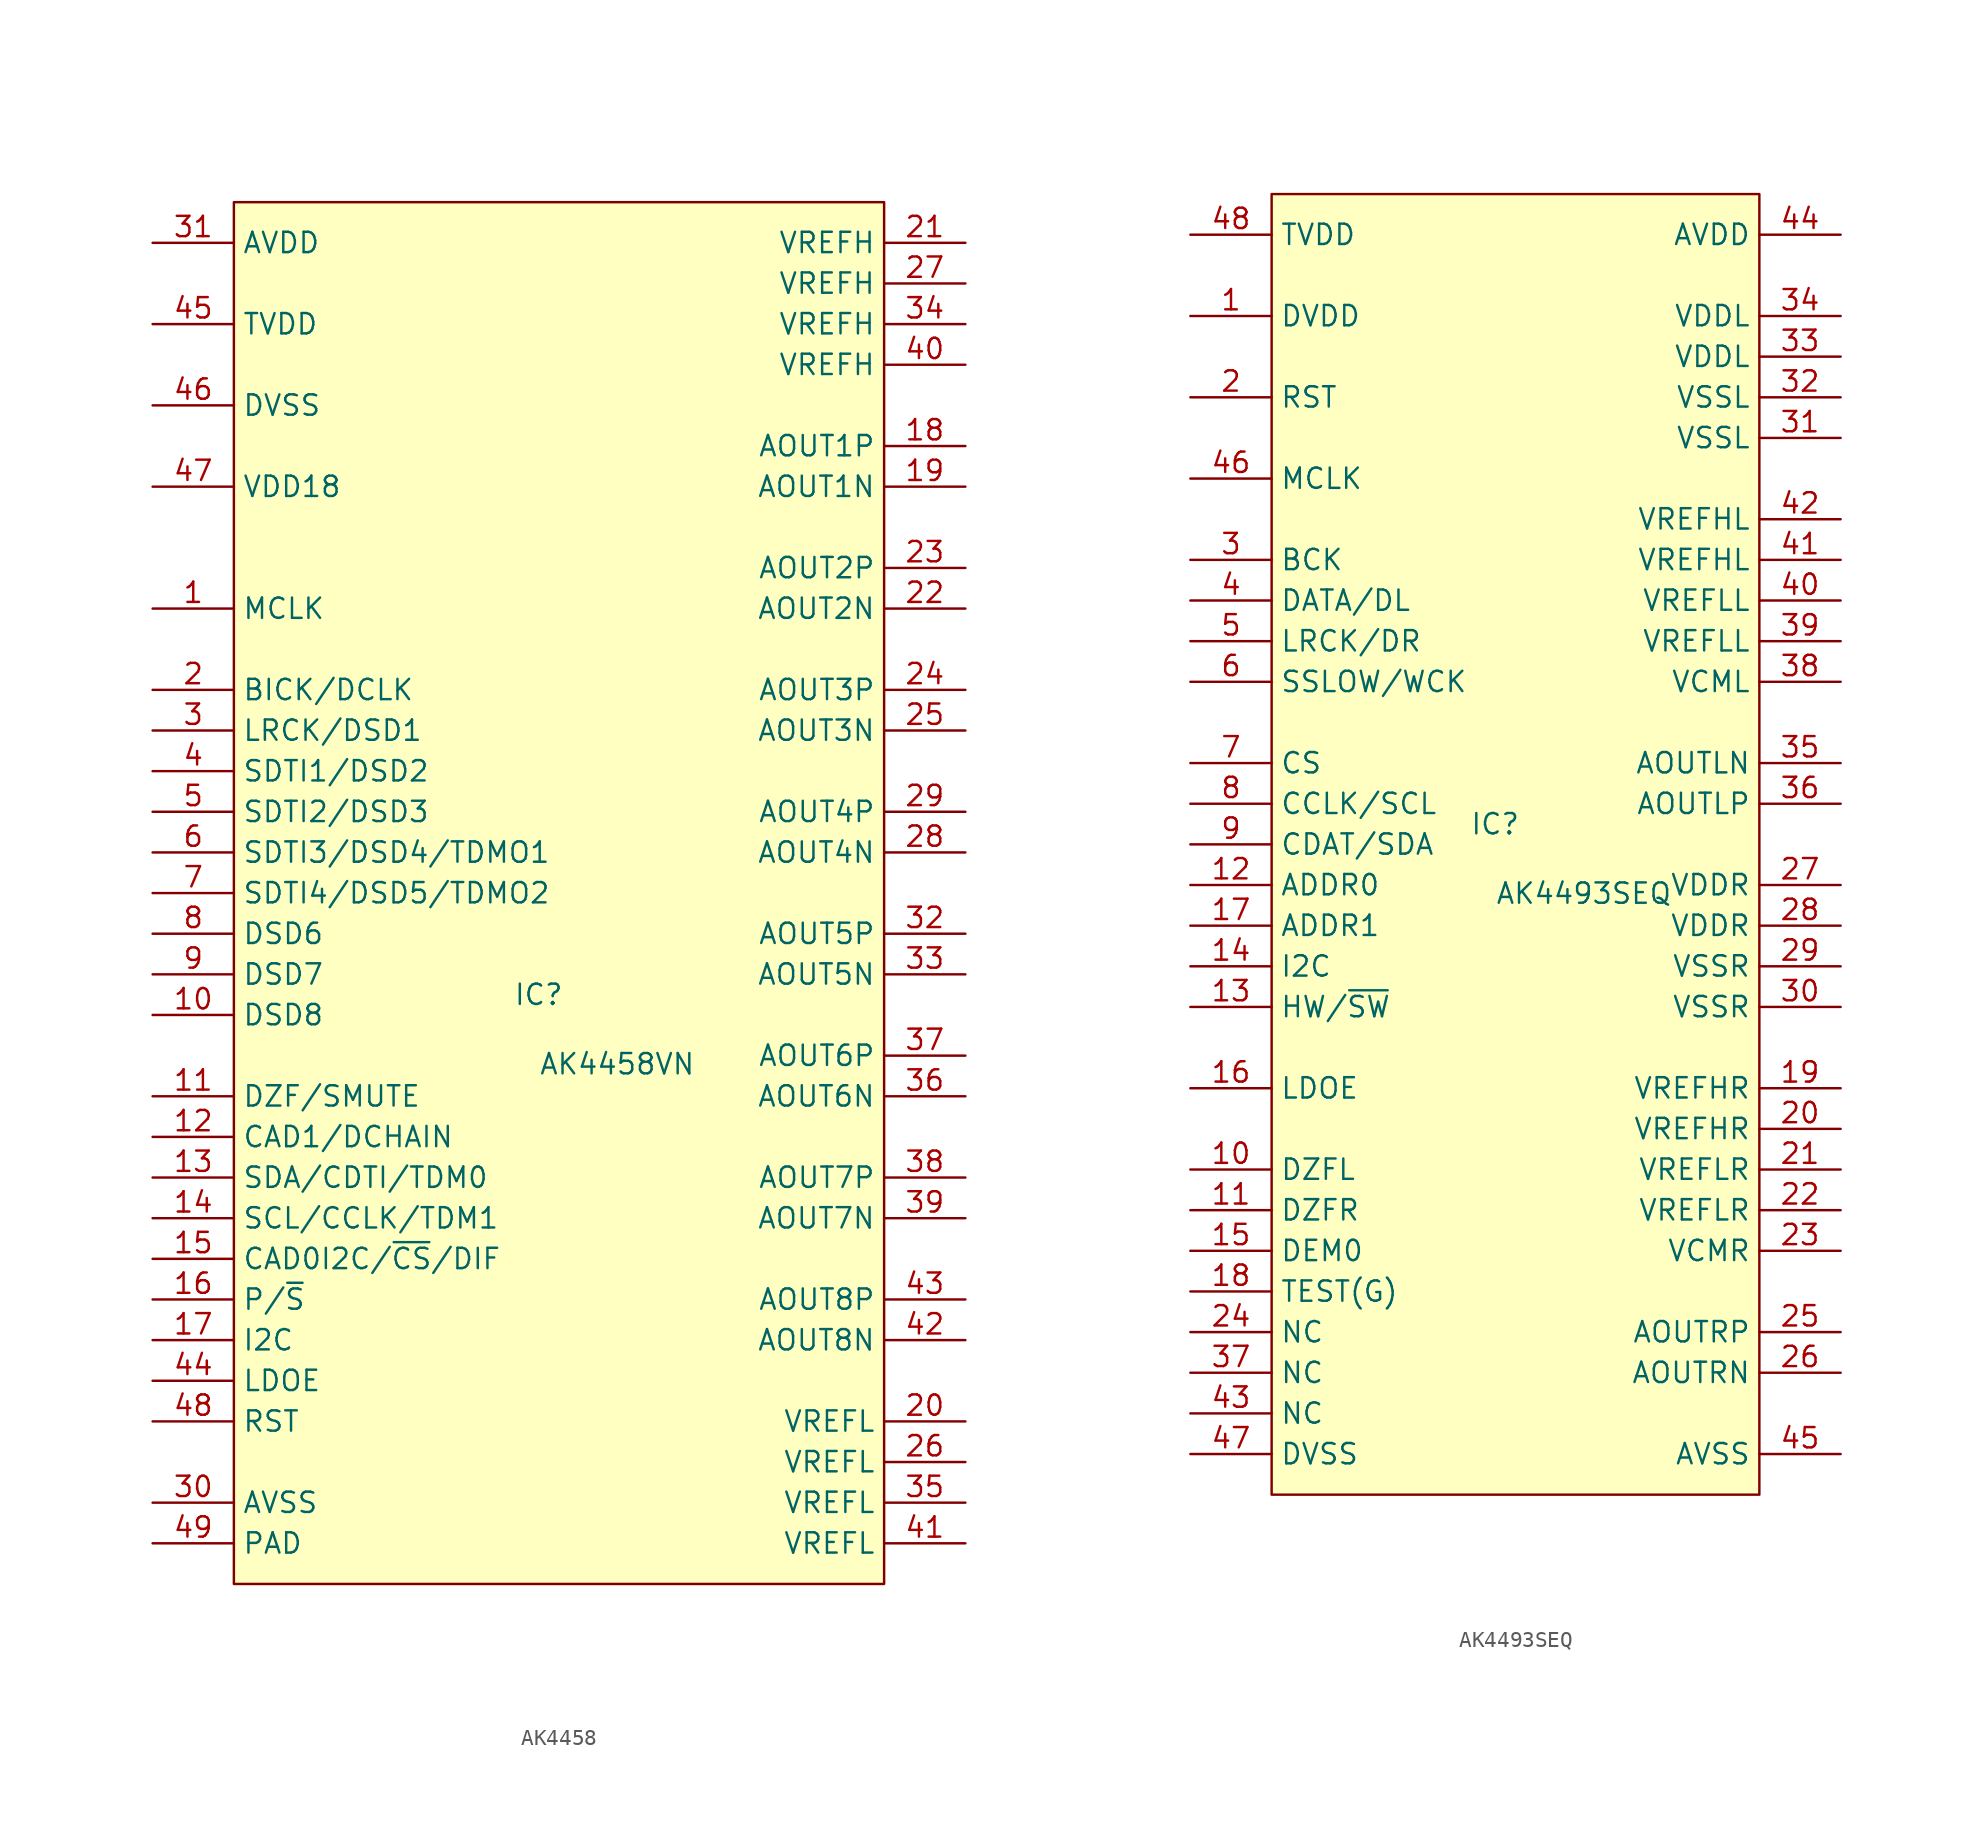
<source format=kicad_sym>
(kicad_symbol_lib
  (version 20231120)
  (generator "kicad_symbol_editor")
  (generator_version "8.0")
  (symbol "AK4458"
    (property "Reference" "IC"
      (at -1.27 1.27 0)
      (effects (font (size 1.27 1.27))))
    (property "Value" "AK4458VN"
      (at -1.27 -3.81 0)
      (effects (font (size 1.27 1.27)) (justify left bottom)))
    (symbol "AK4458_1_0"
      (rectangle (start -20.32 50.8) (end 20.32 -35.56) (stroke (width 0) (type solid) (color 128 0 0 1)) (fill (type background)))
      (pin input line (at -25.4 25.4 0) (length 5.08) (name "MCLK" (effects (font (size 1.27 1.27)))) (number "1" (effects (font (size 1.27 1.27)))))
      (pin input line (at -25.4 0 0) (length 5.08) (name "DSD8" (effects (font (size 1.27 1.27)))) (number "10" (effects (font (size 1.27 1.27)))))
      (pin bidirectional line (at -25.4 -5.08 0) (length 5.08) (name "DZF/SMUTE" (effects (font (size 1.27 1.27)))) (number "11" (effects (font (size 1.27 1.27)))))
      (pin input line (at -25.4 -7.62 0) (length 5.08) (name "CAD1/DCHAIN" (effects (font (size 1.27 1.27)))) (number "12" (effects (font (size 1.27 1.27)))))
      (pin bidirectional line (at -25.4 -10.16 0) (length 5.08) (name "SDA/CDTI/TDM0" (effects (font (size 1.27 1.27)))) (number "13" (effects (font (size 1.27 1.27)))))
      (pin input line (at -25.4 -12.7 0) (length 5.08) (name "SCL/CCLK/TDM1" (effects (font (size 1.27 1.27)))) (number "14" (effects (font (size 1.27 1.27)))))
      (pin input line (at -25.4 -15.24 0) (length 5.08) (name "CAD0I2C/~{CS}/DIF" (effects (font (size 1.27 1.27)))) (number "15" (effects (font (size 1.27 1.27)))))
      (pin input line (at -25.4 -17.78 0) (length 5.08) (name "P/~{S}" (effects (font (size 1.27 1.27)))) (number "16" (effects (font (size 1.27 1.27)))))
      (pin input line (at -25.4 -20.32 0) (length 5.08) (name "I2C" (effects (font (size 1.27 1.27)))) (number "17" (effects (font (size 1.27 1.27)))))
      (pin passive line (at 25.4 35.56 180) (length 5.08) (name "AOUT1P" (effects (font (size 1.27 1.27)))) (number "18" (effects (font (size 1.27 1.27)))))
      (pin passive line (at 25.4 33.02 180) (length 5.08) (name "AOUT1N" (effects (font (size 1.27 1.27)))) (number "19" (effects (font (size 1.27 1.27)))))
      (pin input line (at -25.4 20.32 0) (length 5.08) (name "BICK/DCLK" (effects (font (size 1.27 1.27)))) (number "2" (effects (font (size 1.27 1.27)))))
      (pin passive line (at 25.4 -25.4 180) (length 5.08) (name "VREFL" (effects (font (size 1.27 1.27)))) (number "20" (effects (font (size 1.27 1.27)))))
      (pin passive line (at 25.4 48.26 180) (length 5.08) (name "VREFH" (effects (font (size 1.27 1.27)))) (number "21" (effects (font (size 1.27 1.27)))))
      (pin passive line (at 25.4 25.4 180) (length 5.08) (name "AOUT2N" (effects (font (size 1.27 1.27)))) (number "22" (effects (font (size 1.27 1.27)))))
      (pin passive line (at 25.4 27.94 180) (length 5.08) (name "AOUT2P" (effects (font (size 1.27 1.27)))) (number "23" (effects (font (size 1.27 1.27)))))
      (pin passive line (at 25.4 20.32 180) (length 5.08) (name "AOUT3P" (effects (font (size 1.27 1.27)))) (number "24" (effects (font (size 1.27 1.27)))))
      (pin passive line (at 25.4 17.78 180) (length 5.08) (name "AOUT3N" (effects (font (size 1.27 1.27)))) (number "25" (effects (font (size 1.27 1.27)))))
      (pin passive line (at 25.4 -27.94 180) (length 5.08) (name "VREFL" (effects (font (size 1.27 1.27)))) (number "26" (effects (font (size 1.27 1.27)))))
      (pin passive line (at 25.4 45.72 180) (length 5.08) (name "VREFH" (effects (font (size 1.27 1.27)))) (number "27" (effects (font (size 1.27 1.27)))))
      (pin passive line (at 25.4 10.16 180) (length 5.08) (name "AOUT4N" (effects (font (size 1.27 1.27)))) (number "28" (effects (font (size 1.27 1.27)))))
      (pin passive line (at 25.4 12.7 180) (length 5.08) (name "AOUT4P" (effects (font (size 1.27 1.27)))) (number "29" (effects (font (size 1.27 1.27)))))
      (pin input line (at -25.4 17.78 0) (length 5.08) (name "LRCK/DSD1" (effects (font (size 1.27 1.27)))) (number "3" (effects (font (size 1.27 1.27)))))
      (pin passive line (at -25.4 -30.48 0) (length 5.08) (name "AVSS" (effects (font (size 1.27 1.27)))) (number "30" (effects (font (size 1.27 1.27)))))
      (pin passive line (at -25.4 48.26 0) (length 5.08) (name "AVDD" (effects (font (size 1.27 1.27)))) (number "31" (effects (font (size 1.27 1.27)))))
      (pin passive line (at 25.4 5.08 180) (length 5.08) (name "AOUT5P" (effects (font (size 1.27 1.27)))) (number "32" (effects (font (size 1.27 1.27)))))
      (pin passive line (at 25.4 2.54 180) (length 5.08) (name "AOUT5N" (effects (font (size 1.27 1.27)))) (number "33" (effects (font (size 1.27 1.27)))))
      (pin passive line (at 25.4 43.18 180) (length 5.08) (name "VREFH" (effects (font (size 1.27 1.27)))) (number "34" (effects (font (size 1.27 1.27)))))
      (pin passive line (at 25.4 -30.48 180) (length 5.08) (name "VREFL" (effects (font (size 1.27 1.27)))) (number "35" (effects (font (size 1.27 1.27)))))
      (pin passive line (at 25.4 -5.08 180) (length 5.08) (name "AOUT6N" (effects (font (size 1.27 1.27)))) (number "36" (effects (font (size 1.27 1.27)))))
      (pin passive line (at 25.4 -2.54 180) (length 5.08) (name "AOUT6P" (effects (font (size 1.27 1.27)))) (number "37" (effects (font (size 1.27 1.27)))))
      (pin passive line (at 25.4 -10.16 180) (length 5.08) (name "AOUT7P" (effects (font (size 1.27 1.27)))) (number "38" (effects (font (size 1.27 1.27)))))
      (pin passive line (at 25.4 -12.7 180) (length 5.08) (name "AOUT7N" (effects (font (size 1.27 1.27)))) (number "39" (effects (font (size 1.27 1.27)))))
      (pin input line (at -25.4 15.24 0) (length 5.08) (name "SDTI1/DSD2" (effects (font (size 1.27 1.27)))) (number "4" (effects (font (size 1.27 1.27)))))
      (pin passive line (at 25.4 40.64 180) (length 5.08) (name "VREFH" (effects (font (size 1.27 1.27)))) (number "40" (effects (font (size 1.27 1.27)))))
      (pin passive line (at 25.4 -33.02 180) (length 5.08) (name "VREFL" (effects (font (size 1.27 1.27)))) (number "41" (effects (font (size 1.27 1.27)))))
      (pin passive line (at 25.4 -20.32 180) (length 5.08) (name "AOUT8N" (effects (font (size 1.27 1.27)))) (number "42" (effects (font (size 1.27 1.27)))))
      (pin passive line (at 25.4 -17.78 180) (length 5.08) (name "AOUT8P" (effects (font (size 1.27 1.27)))) (number "43" (effects (font (size 1.27 1.27)))))
      (pin input line (at -25.4 -22.86 0) (length 5.08) (name "LDOE" (effects (font (size 1.27 1.27)))) (number "44" (effects (font (size 1.27 1.27)))))
      (pin passive line (at -25.4 43.18 0) (length 5.08) (name "TVDD" (effects (font (size 1.27 1.27)))) (number "45" (effects (font (size 1.27 1.27)))))
      (pin passive line (at -25.4 38.1 0) (length 5.08) (name "DVSS" (effects (font (size 1.27 1.27)))) (number "46" (effects (font (size 1.27 1.27)))))
      (pin passive line (at -25.4 33.02 0) (length 5.08) (name "VDD18" (effects (font (size 1.27 1.27)))) (number "47" (effects (font (size 1.27 1.27)))))
      (pin input line (at -25.4 -25.4 0) (length 5.08) (name "RST" (effects (font (size 1.27 1.27)))) (number "48" (effects (font (size 1.27 1.27)))))
      (pin passive line (at -25.4 -33.02 0) (length 5.08) (name "PAD" (effects (font (size 1.27 1.27)))) (number "49" (effects (font (size 1.27 1.27)))))
      (pin input line (at -25.4 12.7 0) (length 5.08) (name "SDTI2/DSD3" (effects (font (size 1.27 1.27)))) (number "5" (effects (font (size 1.27 1.27)))))
      (pin bidirectional line (at -25.4 10.16 0) (length 5.08) (name "SDTI3/DSD4/TDMO1" (effects (font (size 1.27 1.27)))) (number "6" (effects (font (size 1.27 1.27)))))
      (pin bidirectional line (at -25.4 7.62 0) (length 5.08) (name "SDTI4/DSD5/TDMO2" (effects (font (size 1.27 1.27)))) (number "7" (effects (font (size 1.27 1.27)))))
      (pin input line (at -25.4 5.08 0) (length 5.08) (name "DSD6" (effects (font (size 1.27 1.27)))) (number "8" (effects (font (size 1.27 1.27)))))
      (pin input line (at -25.4 2.54 0) (length 5.08) (name "DSD7" (effects (font (size 1.27 1.27)))) (number "9" (effects (font (size 1.27 1.27)))))))
  (symbol "AK4493SEQ"
    (property "Reference" "IC"
      (at -1.27 1.27 0)
      (effects (font (size 1.27 1.27))))
    (property "Value" "AK4493SEQ"
      (at -1.27 -3.81 0)
      (effects (font (size 1.27 1.27)) (justify left bottom)))
    (symbol "AK4493SEQ_1_0"
      (rectangle (start -15.24 40.64) (end 15.24 -40.64) (stroke (width 0) (type solid) (color 128 0 0 1)) (fill (type background)))
      (pin passive line (at -20.32 33.02 0) (length 5.08) (name "DVDD" (effects (font (size 1.27 1.27)))) (number "1" (effects (font (size 1.27 1.27)))))
      (pin output line (at -20.32 -20.32 0) (length 5.08) (name "DZFL" (effects (font (size 1.27 1.27)))) (number "10" (effects (font (size 1.27 1.27)))))
      (pin output line (at -20.32 -22.86 0) (length 5.08) (name "DZFR" (effects (font (size 1.27 1.27)))) (number "11" (effects (font (size 1.27 1.27)))))
      (pin input line (at -20.32 -2.54 0) (length 5.08) (name "ADDR0" (effects (font (size 1.27 1.27)))) (number "12" (effects (font (size 1.27 1.27)))))
      (pin input line (at -20.32 -10.16 0) (length 5.08) (name "HW/~{SW}" (effects (font (size 1.27 1.27)))) (number "13" (effects (font (size 1.27 1.27)))))
      (pin input line (at -20.32 -7.62 0) (length 5.08) (name "I2C" (effects (font (size 1.27 1.27)))) (number "14" (effects (font (size 1.27 1.27)))))
      (pin input line (at -20.32 -25.4 0) (length 5.08) (name "DEM0" (effects (font (size 1.27 1.27)))) (number "15" (effects (font (size 1.27 1.27)))))
      (pin input line (at -20.32 -15.24 0) (length 5.08) (name "LDOE" (effects (font (size 1.27 1.27)))) (number "16" (effects (font (size 1.27 1.27)))))
      (pin input line (at -20.32 -5.08 0) (length 5.08) (name "ADDR1" (effects (font (size 1.27 1.27)))) (number "17" (effects (font (size 1.27 1.27)))))
      (pin input line (at -20.32 -27.94 0) (length 5.08) (name "TEST(G)" (effects (font (size 1.27 1.27)))) (number "18" (effects (font (size 1.27 1.27)))))
      (pin passive line (at 20.32 -15.24 180) (length 5.08) (name "VREFHR" (effects (font (size 1.27 1.27)))) (number "19" (effects (font (size 1.27 1.27)))))
      (pin input line (at -20.32 27.94 0) (length 5.08) (name "RST" (effects (font (size 1.27 1.27)))) (number "2" (effects (font (size 1.27 1.27)))))
      (pin passive line (at 20.32 -17.78 180) (length 5.08) (name "VREFHR" (effects (font (size 1.27 1.27)))) (number "20" (effects (font (size 1.27 1.27)))))
      (pin passive line (at 20.32 -20.32 180) (length 5.08) (name "VREFLR" (effects (font (size 1.27 1.27)))) (number "21" (effects (font (size 1.27 1.27)))))
      (pin passive line (at 20.32 -22.86 180) (length 5.08) (name "VREFLR" (effects (font (size 1.27 1.27)))) (number "22" (effects (font (size 1.27 1.27)))))
      (pin passive line (at 20.32 -25.4 180) (length 5.08) (name "VCMR" (effects (font (size 1.27 1.27)))) (number "23" (effects (font (size 1.27 1.27)))))
      (pin passive line (at -20.32 -30.48 0) (length 5.08) (name "NC" (effects (font (size 1.27 1.27)))) (number "24" (effects (font (size 1.27 1.27)))))
      (pin passive line (at 20.32 -30.48 180) (length 5.08) (name "AOUTRP" (effects (font (size 1.27 1.27)))) (number "25" (effects (font (size 1.27 1.27)))))
      (pin passive line (at 20.32 -33.02 180) (length 5.08) (name "AOUTRN" (effects (font (size 1.27 1.27)))) (number "26" (effects (font (size 1.27 1.27)))))
      (pin passive line (at 20.32 -2.54 180) (length 5.08) (name "VDDR" (effects (font (size 1.27 1.27)))) (number "27" (effects (font (size 1.27 1.27)))))
      (pin passive line (at 20.32 -5.08 180) (length 5.08) (name "VDDR" (effects (font (size 1.27 1.27)))) (number "28" (effects (font (size 1.27 1.27)))))
      (pin passive line (at 20.32 -7.62 180) (length 5.08) (name "VSSR" (effects (font (size 1.27 1.27)))) (number "29" (effects (font (size 1.27 1.27)))))
      (pin input line (at -20.32 17.78 0) (length 5.08) (name "BCK" (effects (font (size 1.27 1.27)))) (number "3" (effects (font (size 1.27 1.27)))))
      (pin passive line (at 20.32 -10.16 180) (length 5.08) (name "VSSR" (effects (font (size 1.27 1.27)))) (number "30" (effects (font (size 1.27 1.27)))))
      (pin passive line (at 20.32 25.4 180) (length 5.08) (name "VSSL" (effects (font (size 1.27 1.27)))) (number "31" (effects (font (size 1.27 1.27)))))
      (pin passive line (at 20.32 27.94 180) (length 5.08) (name "VSSL" (effects (font (size 1.27 1.27)))) (number "32" (effects (font (size 1.27 1.27)))))
      (pin passive line (at 20.32 30.48 180) (length 5.08) (name "VDDL" (effects (font (size 1.27 1.27)))) (number "33" (effects (font (size 1.27 1.27)))))
      (pin passive line (at 20.32 33.02 180) (length 5.08) (name "VDDL" (effects (font (size 1.27 1.27)))) (number "34" (effects (font (size 1.27 1.27)))))
      (pin passive line (at 20.32 5.08 180) (length 5.08) (name "AOUTLN" (effects (font (size 1.27 1.27)))) (number "35" (effects (font (size 1.27 1.27)))))
      (pin passive line (at 20.32 2.54 180) (length 5.08) (name "AOUTLP" (effects (font (size 1.27 1.27)))) (number "36" (effects (font (size 1.27 1.27)))))
      (pin passive line (at -20.32 -33.02 0) (length 5.08) (name "NC" (effects (font (size 1.27 1.27)))) (number "37" (effects (font (size 1.27 1.27)))))
      (pin passive line (at 20.32 10.16 180) (length 5.08) (name "VCML" (effects (font (size 1.27 1.27)))) (number "38" (effects (font (size 1.27 1.27)))))
      (pin passive line (at 20.32 12.7 180) (length 5.08) (name "VREFLL" (effects (font (size 1.27 1.27)))) (number "39" (effects (font (size 1.27 1.27)))))
      (pin input line (at -20.32 15.24 0) (length 5.08) (name "DATA/DL" (effects (font (size 1.27 1.27)))) (number "4" (effects (font (size 1.27 1.27)))))
      (pin passive line (at 20.32 15.24 180) (length 5.08) (name "VREFLL" (effects (font (size 1.27 1.27)))) (number "40" (effects (font (size 1.27 1.27)))))
      (pin passive line (at 20.32 17.78 180) (length 5.08) (name "VREFHL" (effects (font (size 1.27 1.27)))) (number "41" (effects (font (size 1.27 1.27)))))
      (pin passive line (at 20.32 20.32 180) (length 5.08) (name "VREFHL" (effects (font (size 1.27 1.27)))) (number "42" (effects (font (size 1.27 1.27)))))
      (pin passive line (at -20.32 -35.56 0) (length 5.08) (name "NC" (effects (font (size 1.27 1.27)))) (number "43" (effects (font (size 1.27 1.27)))))
      (pin passive line (at 20.32 38.1 180) (length 5.08) (name "AVDD" (effects (font (size 1.27 1.27)))) (number "44" (effects (font (size 1.27 1.27)))))
      (pin passive line (at 20.32 -38.1 180) (length 5.08) (name "AVSS" (effects (font (size 1.27 1.27)))) (number "45" (effects (font (size 1.27 1.27)))))
      (pin passive line (at -20.32 22.86 0) (length 5.08) (name "MCLK" (effects (font (size 1.27 1.27)))) (number "46" (effects (font (size 1.27 1.27)))))
      (pin passive line (at -20.32 -38.1 0) (length 5.08) (name "DVSS" (effects (font (size 1.27 1.27)))) (number "47" (effects (font (size 1.27 1.27)))))
      (pin passive line (at -20.32 38.1 0) (length 5.08) (name "TVDD" (effects (font (size 1.27 1.27)))) (number "48" (effects (font (size 1.27 1.27)))))
      (pin input line (at -20.32 12.7 0) (length 5.08) (name "LRCK/DR" (effects (font (size 1.27 1.27)))) (number "5" (effects (font (size 1.27 1.27)))))
      (pin input line (at -20.32 10.16 0) (length 5.08) (name "SSLOW/WCK" (effects (font (size 1.27 1.27)))) (number "6" (effects (font (size 1.27 1.27)))))
      (pin input line (at -20.32 5.08 0) (length 5.08) (name "CS" (effects (font (size 1.27 1.27)))) (number "7" (effects (font (size 1.27 1.27)))))
      (pin input line (at -20.32 2.54 0) (length 5.08) (name "CCLK/SCL" (effects (font (size 1.27 1.27)))) (number "8" (effects (font (size 1.27 1.27)))))
      (pin bidirectional line (at -20.32 0 0) (length 5.08) (name "CDAT/SDA" (effects (font (size 1.27 1.27)))) (number "9" (effects (font (size 1.27 1.27))))))))
</source>
